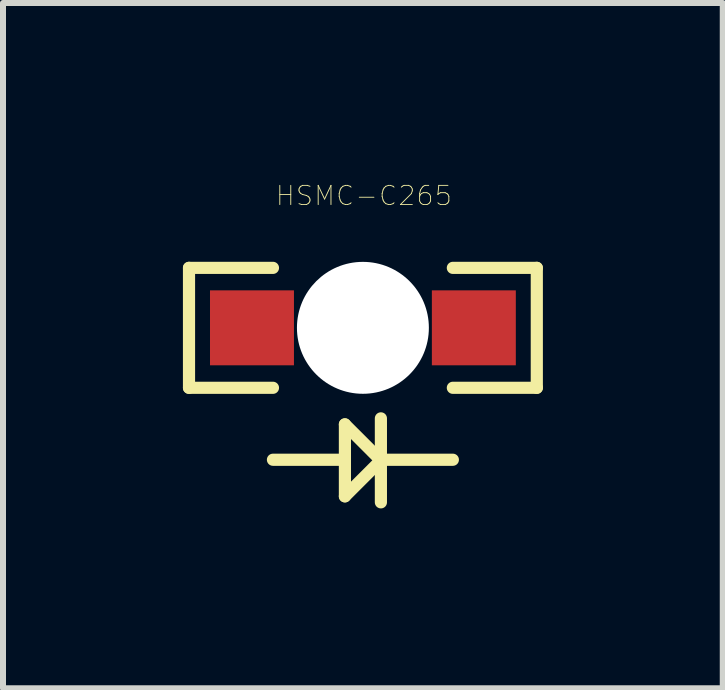
<source format=kicad_pcb>
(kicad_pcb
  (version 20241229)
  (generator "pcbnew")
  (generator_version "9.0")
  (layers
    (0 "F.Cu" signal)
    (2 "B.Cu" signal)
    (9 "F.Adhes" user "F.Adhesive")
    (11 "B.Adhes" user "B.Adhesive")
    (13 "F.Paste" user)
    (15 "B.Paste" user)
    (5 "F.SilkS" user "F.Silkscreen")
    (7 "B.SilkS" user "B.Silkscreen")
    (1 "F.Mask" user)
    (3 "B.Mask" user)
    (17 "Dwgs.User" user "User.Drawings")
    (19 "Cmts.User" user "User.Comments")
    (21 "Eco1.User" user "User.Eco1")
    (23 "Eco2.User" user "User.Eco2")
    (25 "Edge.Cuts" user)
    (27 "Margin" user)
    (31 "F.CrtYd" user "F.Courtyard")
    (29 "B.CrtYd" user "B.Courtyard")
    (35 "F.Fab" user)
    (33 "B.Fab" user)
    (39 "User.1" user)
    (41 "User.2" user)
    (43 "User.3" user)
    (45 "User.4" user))
  (footprint "HSMC-C265"
    (layer "F.Cu")
    (at 3.002 2.417)
    (property "Reference" "HSMC-C265" (at 0.016 -2.203 0) (layer "F.SilkS") (effects (font (size 0.32 0.32) (thickness 0.015))))
    (attr through_hole)
    (fp_line (start -2.9 -1) (end -2.9 1) (stroke (width 0.203) (type solid)) (layer "F.SilkS"))
    (fp_line (start -2.9 1) (end -1.5 1) (stroke (width 0.203) (type solid)) (layer "F.SilkS"))
    (fp_line (start -1.5 -1) (end -2.9 -1) (stroke (width 0.203) (type solid)) (layer "F.SilkS"))
    (fp_line (start -1.5 2.2) (end -0.3 2.2) (stroke (width 0.203) (type solid)) (layer "F.SilkS"))
    (fp_line (start -0.3 1.61) (end -0.3 2.2) (stroke (width 0.203) (type solid)) (layer "F.SilkS"))
    (fp_line (start -0.3 2.2) (end -0.3 2.81) (stroke (width 0.203) (type solid)) (layer "F.SilkS"))
    (fp_line (start -0.3 2.81) (end 0.3 2.21) (stroke (width 0.203) (type solid)) (layer "F.SilkS"))
    (fp_line (start 0.3 1.51) (end 0.3 2.2) (stroke (width 0.203) (type solid)) (layer "F.SilkS"))
    (fp_line (start 0.3 2.2) (end 0.3 2.21) (stroke (width 0.203) (type solid)) (layer "F.SilkS"))
    (fp_line (start 0.3 2.2) (end 1.5 2.2) (stroke (width 0.203) (type solid)) (layer "F.SilkS"))
    (fp_line (start 0.3 2.21) (end -0.3 1.61) (stroke (width 0.203) (type solid)) (layer "F.SilkS"))
    (fp_line (start 0.3 2.21) (end 0.3 2.91) (stroke (width 0.203) (type solid)) (layer "F.SilkS"))
    (fp_line (start 1.5 -1) (end 2.9 -1) (stroke (width 0.203) (type solid)) (layer "F.SilkS"))
    (fp_line (start 2.9 -1) (end 2.9 1) (stroke (width 0.203) (type solid)) (layer "F.SilkS"))
    (fp_line (start 2.9 1) (end 1.5 1) (stroke (width 0.203) (type solid)) (layer "F.SilkS"))
    (pad "" np_thru_hole circle (at 0 0) (size 2.2 2.2) (drill 2.2) (layers "*.Cu" "*.Mask"))
    (pad "A" smd rect (at -1.85 0) (size 1.4 1.25) (layers "F.Cu" "F.Mask" "F.Paste"))
    (pad "C" smd rect (at 1.85 0) (size 1.4 1.25) (layers "F.Cu" "F.Mask" "F.Paste")))
  (gr_rect
    (start -3 -3)
    (end 9.003 8.428)
    (stroke (width 0.1) (type default))
    (fill no)
    (layer "Edge.Cuts")))
</source>
